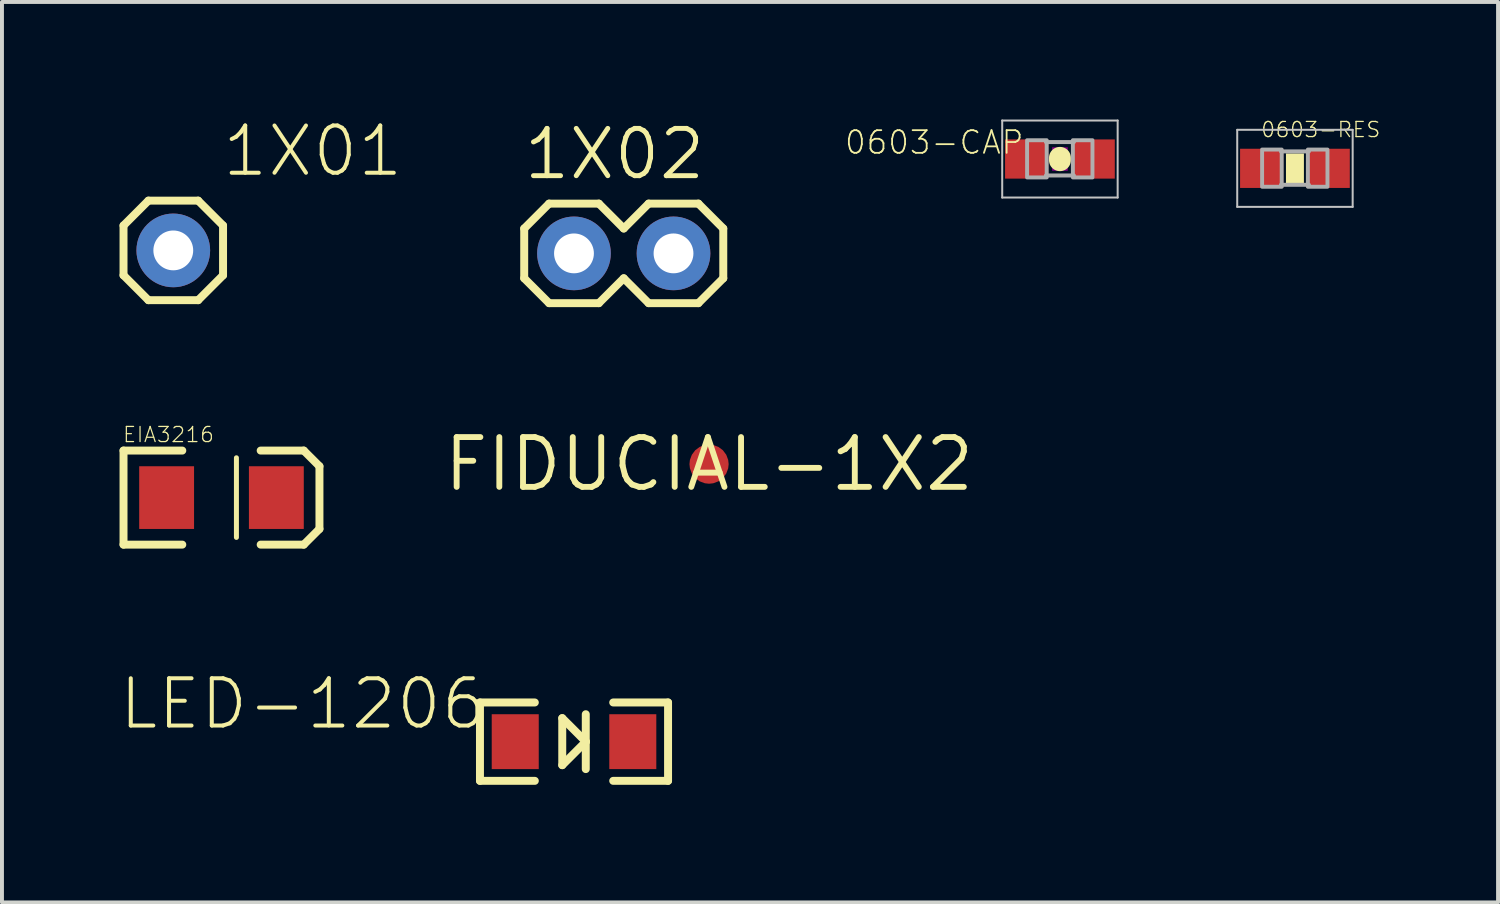
<source format=kicad_pcb>
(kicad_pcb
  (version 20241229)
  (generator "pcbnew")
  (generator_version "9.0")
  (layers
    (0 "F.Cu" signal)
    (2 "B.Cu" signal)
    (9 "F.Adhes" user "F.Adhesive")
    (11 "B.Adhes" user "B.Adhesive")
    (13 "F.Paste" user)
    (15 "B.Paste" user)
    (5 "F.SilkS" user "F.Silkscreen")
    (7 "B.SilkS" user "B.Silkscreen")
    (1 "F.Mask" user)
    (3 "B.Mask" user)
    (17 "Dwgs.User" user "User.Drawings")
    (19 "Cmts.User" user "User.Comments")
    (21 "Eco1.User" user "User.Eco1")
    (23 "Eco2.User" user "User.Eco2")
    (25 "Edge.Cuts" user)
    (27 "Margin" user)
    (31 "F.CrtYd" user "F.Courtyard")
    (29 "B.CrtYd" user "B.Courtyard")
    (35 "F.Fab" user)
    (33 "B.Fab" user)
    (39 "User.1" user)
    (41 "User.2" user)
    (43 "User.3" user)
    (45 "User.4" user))
  (footprint "FIDUCIAL-1X2"
    (layer "F.Cu")
    (at 15.044 8.794)
    (property "Reference" "FIDUCIAL-1X2" (at 0 0 0) (layer "F.SilkS") (effects (font (size 1.27 1.27) (thickness 0.15))))
    (attr through_hole)
    (pad "1" smd roundrect (at 0 0) (size 1 1) (layers "F.Cu" "F.Mask") (roundrect_rratio 0.5)))
  (footprint "0603-RES"
    (layer "F.Cu")
    (at 29.995 1.246)
    (property "Reference" "0603-RES" (at -0.889 -0.762 0) (layer "F.SilkS") (effects (font (size 0.386 0.386) (thickness 0.033)) (justify left bottom)))
    (attr through_hole)
    (fp_poly (pts (xy -0.229 0.381) (xy 0.229 0.381) (xy 0.229 -0.381) (xy -0.229 -0.381)) (stroke (width 0) (type solid)) (fill yes) (layer "F.SilkS"))
    (fp_poly (pts (xy -0.2 0.3) (xy 0.2 0.3) (xy 0.2 -0.3) (xy -0.2 -0.3)) (stroke (width 0) (type solid)) (fill yes) (layer "F.Adhes"))
    (fp_line (start -1.473 -0.983) (end 1.473 -0.983) (stroke (width 0.051) (type solid)) (layer "Dwgs.User"))
    (fp_line (start -1.473 0.983) (end -1.473 -0.983) (stroke (width 0.051) (type solid)) (layer "Dwgs.User"))
    (fp_line (start 1.473 -0.983) (end 1.473 0.983) (stroke (width 0.051) (type solid)) (layer "Dwgs.User"))
    (fp_line (start 1.473 0.983) (end -1.473 0.983) (stroke (width 0.051) (type solid)) (layer "Dwgs.User"))
    (fp_line (start -0.356 -0.432) (end 0.356 -0.432) (stroke (width 0.102) (type solid)) (layer "F.Fab"))
    (fp_line (start -0.356 0.419) (end 0.356 0.419) (stroke (width 0.102) (type solid)) (layer "F.Fab"))
    (fp_poly (pts (xy -0.838 0.47) (xy -0.338 0.47) (xy -0.338 -0.48) (xy -0.838 -0.48)) (stroke (width 0.1) (type solid)) (fill no) (layer "F.Fab"))
    (fp_poly (pts (xy 0.33 0.47) (xy 0.83 0.47) (xy 0.83 -0.48) (xy 0.33 -0.48)) (stroke (width 0.1) (type solid)) (fill no) (layer "F.Fab"))
    (pad "1" smd rect (at -0.85 0) (size 1.1 1) (layers "F.Cu" "F.Mask" "F.Paste"))
    (pad "2" smd rect (at 0.85 0) (size 1.1 1) (layers "F.Cu" "F.Mask" "F.Paste")))
  (footprint "1X02"
    (layer "F.Cu")
    (at 11.597 3.416)
    (property "Reference" "1X02" (at -1.346 -1.829 0) (layer "F.SilkS") (effects (font (size 1.206 1.206) (thickness 0.127)) (justify left bottom)))
    (attr through_hole)
    (fp_line (start -1.27 -0.635) (end -1.27 0.635) (stroke (width 0.203) (type solid)) (layer "F.SilkS"))
    (fp_line (start -1.27 0.635) (end -0.635 1.27) (stroke (width 0.203) (type solid)) (layer "F.SilkS"))
    (fp_line (start -0.635 -1.27) (end -1.27 -0.635) (stroke (width 0.203) (type solid)) (layer "F.SilkS"))
    (fp_line (start -0.635 -1.27) (end 0.635 -1.27) (stroke (width 0.203) (type solid)) (layer "F.SilkS"))
    (fp_line (start 0.635 -1.27) (end 1.27 -0.635) (stroke (width 0.203) (type solid)) (layer "F.SilkS"))
    (fp_line (start 0.635 1.27) (end -0.635 1.27) (stroke (width 0.203) (type solid)) (layer "F.SilkS"))
    (fp_line (start 1.27 -0.635) (end 1.905 -1.27) (stroke (width 0.203) (type solid)) (layer "F.SilkS"))
    (fp_line (start 1.27 0.635) (end 0.635 1.27) (stroke (width 0.203) (type solid)) (layer "F.SilkS"))
    (fp_line (start 1.905 -1.27) (end 3.175 -1.27) (stroke (width 0.203) (type solid)) (layer "F.SilkS"))
    (fp_line (start 1.905 1.27) (end 1.27 0.635) (stroke (width 0.203) (type solid)) (layer "F.SilkS"))
    (fp_line (start 3.175 -1.27) (end 3.81 -0.635) (stroke (width 0.203) (type solid)) (layer "F.SilkS"))
    (fp_line (start 3.175 1.27) (end 1.905 1.27) (stroke (width 0.203) (type solid)) (layer "F.SilkS"))
    (fp_line (start 3.81 -0.635) (end 3.81 0.635) (stroke (width 0.203) (type solid)) (layer "F.SilkS"))
    (fp_line (start 3.81 0.635) (end 3.175 1.27) (stroke (width 0.203) (type solid)) (layer "F.SilkS"))
    (fp_poly (pts (xy -0.254 0.254) (xy 0.254 0.254) (xy 0.254 -0.254) (xy -0.254 -0.254)) (stroke (width 0.1) (type solid)) (fill no) (layer "F.Fab"))
    (fp_poly (pts (xy 2.286 0.254) (xy 2.794 0.254) (xy 2.794 -0.254) (xy 2.286 -0.254)) (stroke (width 0.1) (type solid)) (fill no) (layer "F.Fab"))
    (pad "1" thru_hole circle (at 0 0 90) (size 1.88 1.88) (drill 1.016) (layers "*.Cu" "*.Mask"))
    (pad "2" thru_hole circle (at 2.54 0 90) (size 1.88 1.88) (drill 1.016) (layers "*.Cu" "*.Mask")))
  (footprint "1X01"
    (layer "F.Cu")
    (at 1.372 3.34)
    (property "Reference" "1X01" (at 1.194 -1.829 0) (layer "F.SilkS") (effects (font (size 1.206 1.206) (thickness 0.102)) (justify left bottom)))
    (attr through_hole)
    (fp_line (start -1.27 -0.635) (end -1.27 0.635) (stroke (width 0.203) (type solid)) (layer "F.SilkS"))
    (fp_line (start -1.27 0.635) (end -0.635 1.27) (stroke (width 0.203) (type solid)) (layer "F.SilkS"))
    (fp_line (start -0.635 -1.27) (end -1.27 -0.635) (stroke (width 0.203) (type solid)) (layer "F.SilkS"))
    (fp_line (start -0.635 1.27) (end 0.635 1.27) (stroke (width 0.203) (type solid)) (layer "F.SilkS"))
    (fp_line (start 0.635 -1.27) (end -0.635 -1.27) (stroke (width 0.203) (type solid)) (layer "F.SilkS"))
    (fp_line (start 0.635 1.27) (end 1.27 0.635) (stroke (width 0.203) (type solid)) (layer "F.SilkS"))
    (fp_line (start 1.27 -0.635) (end 0.635 -1.27) (stroke (width 0.203) (type solid)) (layer "F.SilkS"))
    (fp_line (start 1.27 0.635) (end 1.27 -0.635) (stroke (width 0.203) (type solid)) (layer "F.SilkS"))
    (fp_poly (pts (xy -0.254 0.254) (xy 0.254 0.254) (xy 0.254 -0.254) (xy -0.254 -0.254)) (stroke (width 0.1) (type solid)) (fill no) (layer "F.Fab"))
    (pad "1" thru_hole circle (at 0 0 90) (size 1.88 1.88) (drill 1.016) (layers "*.Cu" "*.Mask")))
  (footprint "EIA3216"
    (layer "F.Cu")
    (at 2.602 9.648)
    (property "Reference" "EIA3216" (at -2.54 -1.381 0) (layer "F.SilkS") (effects (font (size 0.386 0.386) (thickness 0.031)) (justify left bottom)))
    (attr through_hole)
    (fp_line (start -2.5 -1.2) (end -1 -1.2) (stroke (width 0.203) (type solid)) (layer "F.SilkS"))
    (fp_line (start -2.5 1.2) (end -2.5 -1.2) (stroke (width 0.203) (type solid)) (layer "F.SilkS"))
    (fp_line (start -1 1.2) (end -2.5 1.2) (stroke (width 0.203) (type solid)) (layer "F.SilkS"))
    (fp_line (start 0.381 -1.016) (end 0.381 1.016) (stroke (width 0.127) (type solid)) (layer "F.SilkS"))
    (fp_line (start 1 1.2) (end 2.1 1.2) (stroke (width 0.203) (type solid)) (layer "F.SilkS"))
    (fp_line (start 2.1 -1.2) (end 1 -1.2) (stroke (width 0.203) (type solid)) (layer "F.SilkS"))
    (fp_line (start 2.1 1.2) (end 2.5 0.8) (stroke (width 0.203) (type solid)) (layer "F.SilkS"))
    (fp_line (start 2.5 -0.8) (end 2.1 -1.2) (stroke (width 0.203) (type solid)) (layer "F.SilkS"))
    (fp_line (start 2.5 0.8) (end 2.5 -0.8) (stroke (width 0.203) (type solid)) (layer "F.SilkS"))
    (pad "A" smd rect (at 1.4 0 90) (size 1.6 1.4) (layers "F.Cu" "F.Mask" "F.Paste"))
    (pad "C" smd rect (at -1.4 0 90) (size 1.6 1.4) (layers "F.Cu" "F.Mask" "F.Paste")))
  (footprint "LED-1206"
    (layer "F.Cu")
    (at 11.598 15.876)
    (property "Reference" "LED-1206" (at -2.17 -1.67 0) (layer "F.SilkS") (effects (font (size 1.206 1.206) (thickness 0.102)) (justify right top)))
    (attr through_hole)
    (fp_line (start -2.4 -1) (end -2.4 1) (stroke (width 0.203) (type solid)) (layer "F.SilkS"))
    (fp_line (start -2.4 1) (end -1 1) (stroke (width 0.203) (type solid)) (layer "F.SilkS"))
    (fp_line (start -1 -1) (end -2.4 -1) (stroke (width 0.203) (type solid)) (layer "F.SilkS"))
    (fp_line (start -0.3 -0.6) (end -0.3 0.6) (stroke (width 0.203) (type solid)) (layer "F.SilkS"))
    (fp_line (start -0.3 0.6) (end 0.3 0) (stroke (width 0.203) (type solid)) (layer "F.SilkS"))
    (fp_line (start 0.3 -0.7) (end 0.3 0) (stroke (width 0.203) (type solid)) (layer "F.SilkS"))
    (fp_line (start 0.3 0) (end -0.3 -0.6) (stroke (width 0.203) (type solid)) (layer "F.SilkS"))
    (fp_line (start 0.3 0) (end 0.3 0.7) (stroke (width 0.203) (type solid)) (layer "F.SilkS"))
    (fp_line (start 1 -1) (end 2.4 -1) (stroke (width 0.203) (type solid)) (layer "F.SilkS"))
    (fp_line (start 2.4 -1) (end 2.4 1) (stroke (width 0.203) (type solid)) (layer "F.SilkS"))
    (fp_line (start 2.4 1) (end 1 1) (stroke (width 0.203) (type solid)) (layer "F.SilkS"))
    (pad "A" smd rect (at -1.5 0) (size 1.2 1.4) (layers "F.Cu" "F.Mask" "F.Paste"))
    (pad "C" smd rect (at 1.5 0) (size 1.2 1.4) (layers "F.Cu" "F.Mask" "F.Paste")))
  (footprint "0603-CAP"
    (layer "F.Cu")
    (at 23.998 1.008)
    (property "Reference" "0603-CAP" (at -0.889 -0.762 180) (layer "F.SilkS") (effects (font (size 0.579 0.579) (thickness 0.046)) (justify right top)))
    (attr through_hole)
    (fp_line (start 0 -0.03) (end 0 0.03) (stroke (width 0.559) (type solid)) (layer "F.SilkS"))
    (fp_poly (pts (xy -0.2 0.3) (xy 0.2 0.3) (xy 0.2 -0.3) (xy -0.2 -0.3)) (stroke (width 0) (type solid)) (fill yes) (layer "F.Adhes"))
    (fp_line (start -1.473 -0.983) (end 1.473 -0.983) (stroke (width 0.051) (type solid)) (layer "Dwgs.User"))
    (fp_line (start -1.473 0.983) (end -1.473 -0.983) (stroke (width 0.051) (type solid)) (layer "Dwgs.User"))
    (fp_line (start 1.473 -0.983) (end 1.473 0.983) (stroke (width 0.051) (type solid)) (layer "Dwgs.User"))
    (fp_line (start 1.473 0.983) (end -1.473 0.983) (stroke (width 0.051) (type solid)) (layer "Dwgs.User"))
    (fp_line (start -0.356 -0.432) (end 0.356 -0.432) (stroke (width 0.102) (type solid)) (layer "F.Fab"))
    (fp_line (start -0.356 0.419) (end 0.356 0.419) (stroke (width 0.102) (type solid)) (layer "F.Fab"))
    (fp_poly (pts (xy -0.838 0.47) (xy -0.338 0.47) (xy -0.338 -0.48) (xy -0.838 -0.48)) (stroke (width 0.1) (type solid)) (fill no) (layer "F.Fab"))
    (fp_poly (pts (xy 0.33 0.47) (xy 0.83 0.47) (xy 0.83 -0.48) (xy 0.33 -0.48)) (stroke (width 0.1) (type solid)) (fill no) (layer "F.Fab"))
    (pad "1" smd rect (at -0.85 0) (size 1.1 1) (layers "F.Cu" "F.Mask" "F.Paste"))
    (pad "2" smd rect (at 0.85 0) (size 1.1 1) (layers "F.Cu" "F.Mask" "F.Paste")))
  (gr_rect
    (start -3 -3)
    (end 35.178 19.978)
    (stroke (width 0.1) (type default))
    (fill no)
    (layer "Edge.Cuts")))
</source>
